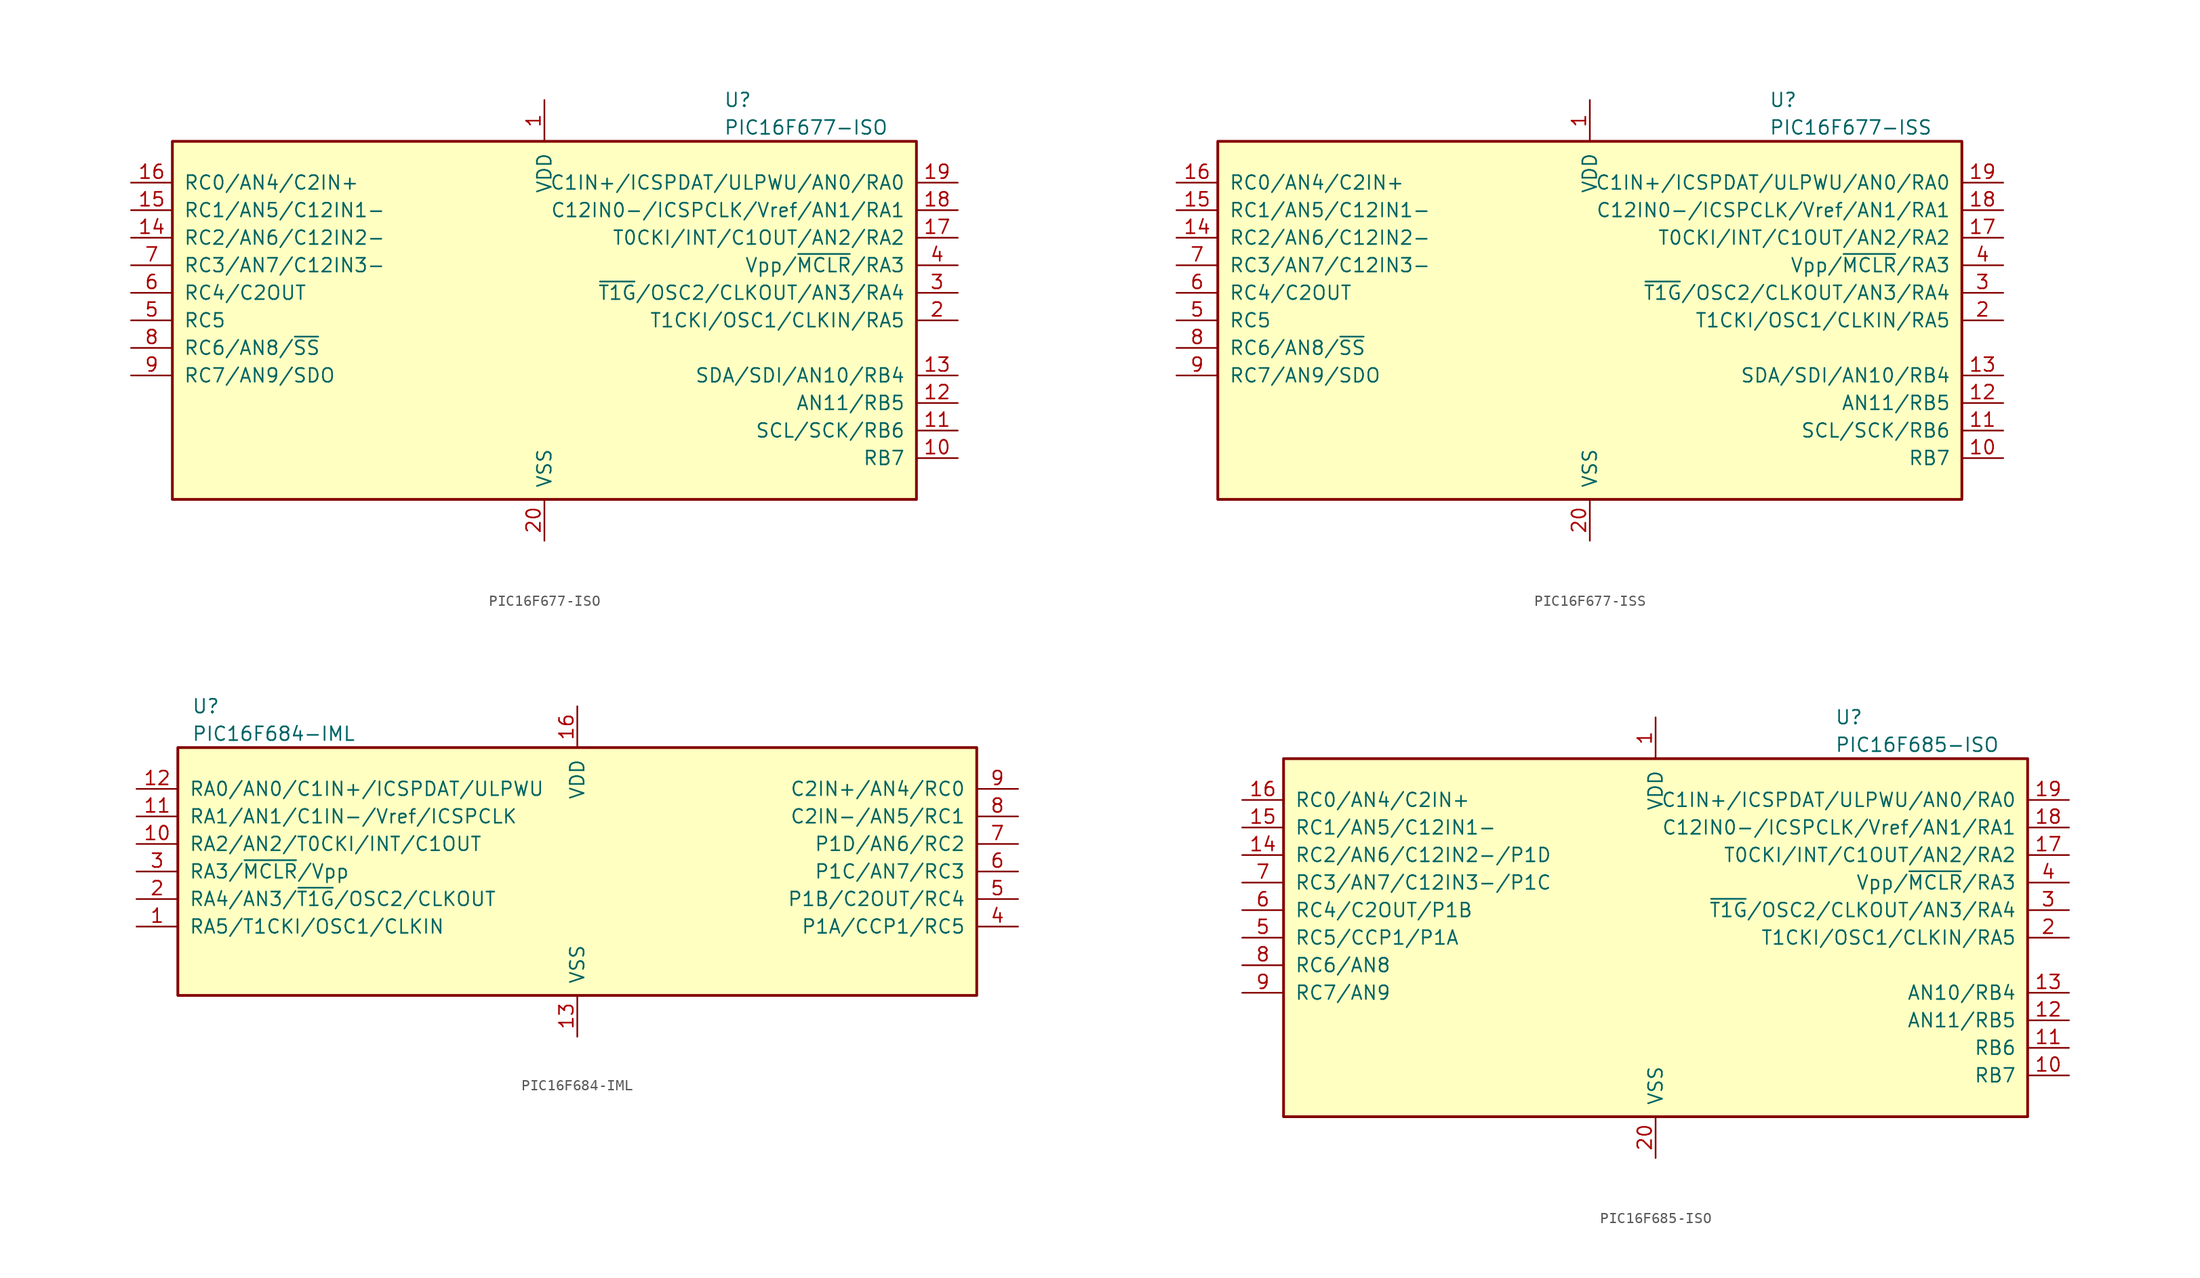
<source format=kicad_sym>
(kicad_symbol_lib
  (version 20220914)
  (generator kicad_symbol_editor)
  (symbol "PIC16F677-ISO"
    (pin_names
      (offset 1.016))
    (property "Reference" "U"
      (at 16.51 20.32 0)
      (effects (font (size 1.27 1.27)) (justify left)))
    (property "Value" "PIC16F677-ISO"
      (at 16.51 17.78 0)
      (effects (font (size 1.27 1.27)) (justify left)))
    (symbol "PIC16F677-ISO_0_1"
      (rectangle (start -34.29 16.51) (end 34.29 -16.51) (stroke (width 0.254) (type default)) (fill (type background))))
    (symbol "PIC16F677-ISO_1_1"
      (pin power_in line (at 0 20.32 270) (length 3.81) (name "VDD" (effects (font (size 1.27 1.27)))) (number "1" (effects (font (size 1.27 1.27)))))
      (pin bidirectional line (at 38.1 -12.7 180) (length 3.81) (name "RB7" (effects (font (size 1.27 1.27)))) (number "10" (effects (font (size 1.27 1.27)))))
      (pin bidirectional line (at 38.1 -10.16 180) (length 3.81) (name "SCL/SCK/RB6" (effects (font (size 1.27 1.27)))) (number "11" (effects (font (size 1.27 1.27)))))
      (pin bidirectional line (at 38.1 -7.62 180) (length 3.81) (name "AN11/RB5" (effects (font (size 1.27 1.27)))) (number "12" (effects (font (size 1.27 1.27)))))
      (pin bidirectional line (at 38.1 -5.08 180) (length 3.81) (name "SDA/SDI/AN10/RB4" (effects (font (size 1.27 1.27)))) (number "13" (effects (font (size 1.27 1.27)))))
      (pin bidirectional line (at -38.1 7.62 0) (length 3.81) (name "RC2/AN6/C12IN2-" (effects (font (size 1.27 1.27)))) (number "14" (effects (font (size 1.27 1.27)))))
      (pin bidirectional line (at -38.1 10.16 0) (length 3.81) (name "RC1/AN5/C12IN1-" (effects (font (size 1.27 1.27)))) (number "15" (effects (font (size 1.27 1.27)))))
      (pin bidirectional line (at -38.1 12.7 0) (length 3.81) (name "RC0/AN4/C2IN+" (effects (font (size 1.27 1.27)))) (number "16" (effects (font (size 1.27 1.27)))))
      (pin bidirectional line (at 38.1 7.62 180) (length 3.81) (name "T0CKI/INT/C1OUT/AN2/RA2" (effects (font (size 1.27 1.27)))) (number "17" (effects (font (size 1.27 1.27)))))
      (pin bidirectional line (at 38.1 10.16 180) (length 3.81) (name "C12IN0-/ICSPCLK/Vref/AN1/RA1" (effects (font (size 1.27 1.27)))) (number "18" (effects (font (size 1.27 1.27)))))
      (pin bidirectional line (at 38.1 12.7 180) (length 3.81) (name "C1IN+/ICSPDAT/ULPWU/AN0/RA0" (effects (font (size 1.27 1.27)))) (number "19" (effects (font (size 1.27 1.27)))))
      (pin bidirectional line (at 38.1 0 180) (length 3.81) (name "T1CKI/OSC1/CLKIN/RA5" (effects (font (size 1.27 1.27)))) (number "2" (effects (font (size 1.27 1.27)))))
      (pin power_in line (at 0 -20.32 90) (length 3.81) (name "VSS" (effects (font (size 1.27 1.27)))) (number "20" (effects (font (size 1.27 1.27)))))
      (pin bidirectional line (at 38.1 2.54 180) (length 3.81) (name "~{T1G}/OSC2/CLKOUT/AN3/RA4" (effects (font (size 1.27 1.27)))) (number "3" (effects (font (size 1.27 1.27)))))
      (pin input line (at 38.1 5.08 180) (length 3.81) (name "Vpp/~{MCLR}/RA3" (effects (font (size 1.27 1.27)))) (number "4" (effects (font (size 1.27 1.27)))))
      (pin bidirectional line (at -38.1 0 0) (length 3.81) (name "RC5" (effects (font (size 1.27 1.27)))) (number "5" (effects (font (size 1.27 1.27)))))
      (pin bidirectional line (at -38.1 2.54 0) (length 3.81) (name "RC4/C2OUT" (effects (font (size 1.27 1.27)))) (number "6" (effects (font (size 1.27 1.27)))))
      (pin bidirectional line (at -38.1 5.08 0) (length 3.81) (name "RC3/AN7/C12IN3-" (effects (font (size 1.27 1.27)))) (number "7" (effects (font (size 1.27 1.27)))))
      (pin bidirectional line (at -38.1 -2.54 0) (length 3.81) (name "RC6/AN8/~{SS}" (effects (font (size 1.27 1.27)))) (number "8" (effects (font (size 1.27 1.27)))))
      (pin bidirectional line (at -38.1 -5.08 0) (length 3.81) (name "RC7/AN9/SDO" (effects (font (size 1.27 1.27)))) (number "9" (effects (font (size 1.27 1.27)))))))
  (symbol "PIC16F677-ISS"
    (pin_names
      (offset 1.016))
    (property "Reference" "U"
      (at 16.51 20.32 0)
      (effects (font (size 1.27 1.27)) (justify left)))
    (property "Value" "PIC16F677-ISS"
      (at 16.51 17.78 0)
      (effects (font (size 1.27 1.27)) (justify left)))
    (symbol "PIC16F677-ISS_0_1"
      (rectangle (start -34.29 16.51) (end 34.29 -16.51) (stroke (width 0.254) (type default)) (fill (type background))))
    (symbol "PIC16F677-ISS_1_1"
      (pin power_in line (at 0 20.32 270) (length 3.81) (name "VDD" (effects (font (size 1.27 1.27)))) (number "1" (effects (font (size 1.27 1.27)))))
      (pin bidirectional line (at 38.1 -12.7 180) (length 3.81) (name "RB7" (effects (font (size 1.27 1.27)))) (number "10" (effects (font (size 1.27 1.27)))))
      (pin bidirectional line (at 38.1 -10.16 180) (length 3.81) (name "SCL/SCK/RB6" (effects (font (size 1.27 1.27)))) (number "11" (effects (font (size 1.27 1.27)))))
      (pin bidirectional line (at 38.1 -7.62 180) (length 3.81) (name "AN11/RB5" (effects (font (size 1.27 1.27)))) (number "12" (effects (font (size 1.27 1.27)))))
      (pin bidirectional line (at 38.1 -5.08 180) (length 3.81) (name "SDA/SDI/AN10/RB4" (effects (font (size 1.27 1.27)))) (number "13" (effects (font (size 1.27 1.27)))))
      (pin bidirectional line (at -38.1 7.62 0) (length 3.81) (name "RC2/AN6/C12IN2-" (effects (font (size 1.27 1.27)))) (number "14" (effects (font (size 1.27 1.27)))))
      (pin bidirectional line (at -38.1 10.16 0) (length 3.81) (name "RC1/AN5/C12IN1-" (effects (font (size 1.27 1.27)))) (number "15" (effects (font (size 1.27 1.27)))))
      (pin bidirectional line (at -38.1 12.7 0) (length 3.81) (name "RC0/AN4/C2IN+" (effects (font (size 1.27 1.27)))) (number "16" (effects (font (size 1.27 1.27)))))
      (pin bidirectional line (at 38.1 7.62 180) (length 3.81) (name "T0CKI/INT/C1OUT/AN2/RA2" (effects (font (size 1.27 1.27)))) (number "17" (effects (font (size 1.27 1.27)))))
      (pin bidirectional line (at 38.1 10.16 180) (length 3.81) (name "C12IN0-/ICSPCLK/Vref/AN1/RA1" (effects (font (size 1.27 1.27)))) (number "18" (effects (font (size 1.27 1.27)))))
      (pin bidirectional line (at 38.1 12.7 180) (length 3.81) (name "C1IN+/ICSPDAT/ULPWU/AN0/RA0" (effects (font (size 1.27 1.27)))) (number "19" (effects (font (size 1.27 1.27)))))
      (pin bidirectional line (at 38.1 0 180) (length 3.81) (name "T1CKI/OSC1/CLKIN/RA5" (effects (font (size 1.27 1.27)))) (number "2" (effects (font (size 1.27 1.27)))))
      (pin power_in line (at 0 -20.32 90) (length 3.81) (name "VSS" (effects (font (size 1.27 1.27)))) (number "20" (effects (font (size 1.27 1.27)))))
      (pin bidirectional line (at 38.1 2.54 180) (length 3.81) (name "~{T1G}/OSC2/CLKOUT/AN3/RA4" (effects (font (size 1.27 1.27)))) (number "3" (effects (font (size 1.27 1.27)))))
      (pin input line (at 38.1 5.08 180) (length 3.81) (name "Vpp/~{MCLR}/RA3" (effects (font (size 1.27 1.27)))) (number "4" (effects (font (size 1.27 1.27)))))
      (pin bidirectional line (at -38.1 0 0) (length 3.81) (name "RC5" (effects (font (size 1.27 1.27)))) (number "5" (effects (font (size 1.27 1.27)))))
      (pin bidirectional line (at -38.1 2.54 0) (length 3.81) (name "RC4/C2OUT" (effects (font (size 1.27 1.27)))) (number "6" (effects (font (size 1.27 1.27)))))
      (pin bidirectional line (at -38.1 5.08 0) (length 3.81) (name "RC3/AN7/C12IN3-" (effects (font (size 1.27 1.27)))) (number "7" (effects (font (size 1.27 1.27)))))
      (pin bidirectional line (at -38.1 -2.54 0) (length 3.81) (name "RC6/AN8/~{SS}" (effects (font (size 1.27 1.27)))) (number "8" (effects (font (size 1.27 1.27)))))
      (pin bidirectional line (at -38.1 -5.08 0) (length 3.81) (name "RC7/AN9/SDO" (effects (font (size 1.27 1.27)))) (number "9" (effects (font (size 1.27 1.27)))))))
  (symbol "PIC16F684-IML"
    (pin_names
      (offset 1.016))
    (property "Reference" "U"
      (at -35.56 15.24 0)
      (effects (font (size 1.27 1.27)) (justify left)))
    (property "Value" "PIC16F684-IML"
      (at -35.56 12.7 0)
      (effects (font (size 1.27 1.27)) (justify left)))
    (symbol "PIC16F684-IML_0_1"
      (rectangle (start -36.83 11.43) (end 36.83 -11.43) (stroke (width 0.254) (type default)) (fill (type background))))
    (symbol "PIC16F684-IML_1_1"
      (pin bidirectional line (at -40.64 -5.08 0) (length 3.81) (name "RA5/T1CKI/OSC1/CLKIN" (effects (font (size 1.27 1.27)))) (number "1" (effects (font (size 1.27 1.27)))))
      (pin bidirectional line (at -40.64 2.54 0) (length 3.81) (name "RA2/AN2/T0CKI/INT/C1OUT" (effects (font (size 1.27 1.27)))) (number "10" (effects (font (size 1.27 1.27)))))
      (pin bidirectional line (at -40.64 5.08 0) (length 3.81) (name "RA1/AN1/C1IN-/Vref/ICSPCLK" (effects (font (size 1.27 1.27)))) (number "11" (effects (font (size 1.27 1.27)))))
      (pin bidirectional line (at -40.64 7.62 0) (length 3.81) (name "RA0/AN0/C1IN+/ICSPDAT/ULPWU" (effects (font (size 1.27 1.27)))) (number "12" (effects (font (size 1.27 1.27)))))
      (pin power_in line (at 0 -15.24 90) (length 3.81) (name "VSS" (effects (font (size 1.27 1.27)))) (number "13" (effects (font (size 1.27 1.27)))))
      (pin power_in line (at 0 15.24 270) (length 3.81) (name "VDD" (effects (font (size 1.27 1.27)))) (number "16" (effects (font (size 1.27 1.27)))))
      (pin bidirectional line (at -40.64 -2.54 0) (length 3.81) (name "RA4/AN3/~{T1G}/OSC2/CLKOUT" (effects (font (size 1.27 1.27)))) (number "2" (effects (font (size 1.27 1.27)))))
      (pin input line (at -40.64 0 0) (length 3.81) (name "RA3/~{MCLR}/Vpp" (effects (font (size 1.27 1.27)))) (number "3" (effects (font (size 1.27 1.27)))))
      (pin bidirectional line (at 40.64 -5.08 180) (length 3.81) (name "P1A/CCP1/RC5" (effects (font (size 1.27 1.27)))) (number "4" (effects (font (size 1.27 1.27)))))
      (pin bidirectional line (at 40.64 -2.54 180) (length 3.81) (name "P1B/C2OUT/RC4" (effects (font (size 1.27 1.27)))) (number "5" (effects (font (size 1.27 1.27)))))
      (pin bidirectional line (at 40.64 0 180) (length 3.81) (name "P1C/AN7/RC3" (effects (font (size 1.27 1.27)))) (number "6" (effects (font (size 1.27 1.27)))))
      (pin bidirectional line (at 40.64 2.54 180) (length 3.81) (name "P1D/AN6/RC2" (effects (font (size 1.27 1.27)))) (number "7" (effects (font (size 1.27 1.27)))))
      (pin bidirectional line (at 40.64 5.08 180) (length 3.81) (name "C2IN-/AN5/RC1" (effects (font (size 1.27 1.27)))) (number "8" (effects (font (size 1.27 1.27)))))
      (pin bidirectional line (at 40.64 7.62 180) (length 3.81) (name "C2IN+/AN4/RC0" (effects (font (size 1.27 1.27)))) (number "9" (effects (font (size 1.27 1.27)))))))
  (symbol "PIC16F685-ISO"
    (pin_names
      (offset 1.016))
    (property "Reference" "U"
      (at 16.51 20.32 0)
      (effects (font (size 1.27 1.27)) (justify left)))
    (property "Value" "PIC16F685-ISO"
      (at 16.51 17.78 0)
      (effects (font (size 1.27 1.27)) (justify left)))
    (symbol "PIC16F685-ISO_0_1"
      (rectangle (start -34.29 16.51) (end 34.29 -16.51) (stroke (width 0.254) (type default)) (fill (type background))))
    (symbol "PIC16F685-ISO_1_1"
      (pin power_in line (at 0 20.32 270) (length 3.81) (name "VDD" (effects (font (size 1.27 1.27)))) (number "1" (effects (font (size 1.27 1.27)))))
      (pin bidirectional line (at 38.1 -12.7 180) (length 3.81) (name "RB7" (effects (font (size 1.27 1.27)))) (number "10" (effects (font (size 1.27 1.27)))))
      (pin bidirectional line (at 38.1 -10.16 180) (length 3.81) (name "RB6" (effects (font (size 1.27 1.27)))) (number "11" (effects (font (size 1.27 1.27)))))
      (pin bidirectional line (at 38.1 -7.62 180) (length 3.81) (name "AN11/RB5" (effects (font (size 1.27 1.27)))) (number "12" (effects (font (size 1.27 1.27)))))
      (pin bidirectional line (at 38.1 -5.08 180) (length 3.81) (name "AN10/RB4" (effects (font (size 1.27 1.27)))) (number "13" (effects (font (size 1.27 1.27)))))
      (pin bidirectional line (at -38.1 7.62 0) (length 3.81) (name "RC2/AN6/C12IN2-/P1D" (effects (font (size 1.27 1.27)))) (number "14" (effects (font (size 1.27 1.27)))))
      (pin bidirectional line (at -38.1 10.16 0) (length 3.81) (name "RC1/AN5/C12IN1-" (effects (font (size 1.27 1.27)))) (number "15" (effects (font (size 1.27 1.27)))))
      (pin bidirectional line (at -38.1 12.7 0) (length 3.81) (name "RC0/AN4/C2IN+" (effects (font (size 1.27 1.27)))) (number "16" (effects (font (size 1.27 1.27)))))
      (pin bidirectional line (at 38.1 7.62 180) (length 3.81) (name "T0CKI/INT/C1OUT/AN2/RA2" (effects (font (size 1.27 1.27)))) (number "17" (effects (font (size 1.27 1.27)))))
      (pin bidirectional line (at 38.1 10.16 180) (length 3.81) (name "C12IN0-/ICSPCLK/Vref/AN1/RA1" (effects (font (size 1.27 1.27)))) (number "18" (effects (font (size 1.27 1.27)))))
      (pin bidirectional line (at 38.1 12.7 180) (length 3.81) (name "C1IN+/ICSPDAT/ULPWU/AN0/RA0" (effects (font (size 1.27 1.27)))) (number "19" (effects (font (size 1.27 1.27)))))
      (pin bidirectional line (at 38.1 0 180) (length 3.81) (name "T1CKI/OSC1/CLKIN/RA5" (effects (font (size 1.27 1.27)))) (number "2" (effects (font (size 1.27 1.27)))))
      (pin power_in line (at 0 -20.32 90) (length 3.81) (name "VSS" (effects (font (size 1.27 1.27)))) (number "20" (effects (font (size 1.27 1.27)))))
      (pin bidirectional line (at 38.1 2.54 180) (length 3.81) (name "~{T1G}/OSC2/CLKOUT/AN3/RA4" (effects (font (size 1.27 1.27)))) (number "3" (effects (font (size 1.27 1.27)))))
      (pin input line (at 38.1 5.08 180) (length 3.81) (name "Vpp/~{MCLR}/RA3" (effects (font (size 1.27 1.27)))) (number "4" (effects (font (size 1.27 1.27)))))
      (pin bidirectional line (at -38.1 0 0) (length 3.81) (name "RC5/CCP1/P1A" (effects (font (size 1.27 1.27)))) (number "5" (effects (font (size 1.27 1.27)))))
      (pin bidirectional line (at -38.1 2.54 0) (length 3.81) (name "RC4/C2OUT/P1B" (effects (font (size 1.27 1.27)))) (number "6" (effects (font (size 1.27 1.27)))))
      (pin bidirectional line (at -38.1 5.08 0) (length 3.81) (name "RC3/AN7/C12IN3-/P1C" (effects (font (size 1.27 1.27)))) (number "7" (effects (font (size 1.27 1.27)))))
      (pin bidirectional line (at -38.1 -2.54 0) (length 3.81) (name "RC6/AN8" (effects (font (size 1.27 1.27)))) (number "8" (effects (font (size 1.27 1.27)))))
      (pin bidirectional line (at -38.1 -5.08 0) (length 3.81) (name "RC7/AN9" (effects (font (size 1.27 1.27)))) (number "9" (effects (font (size 1.27 1.27))))))))
</source>
